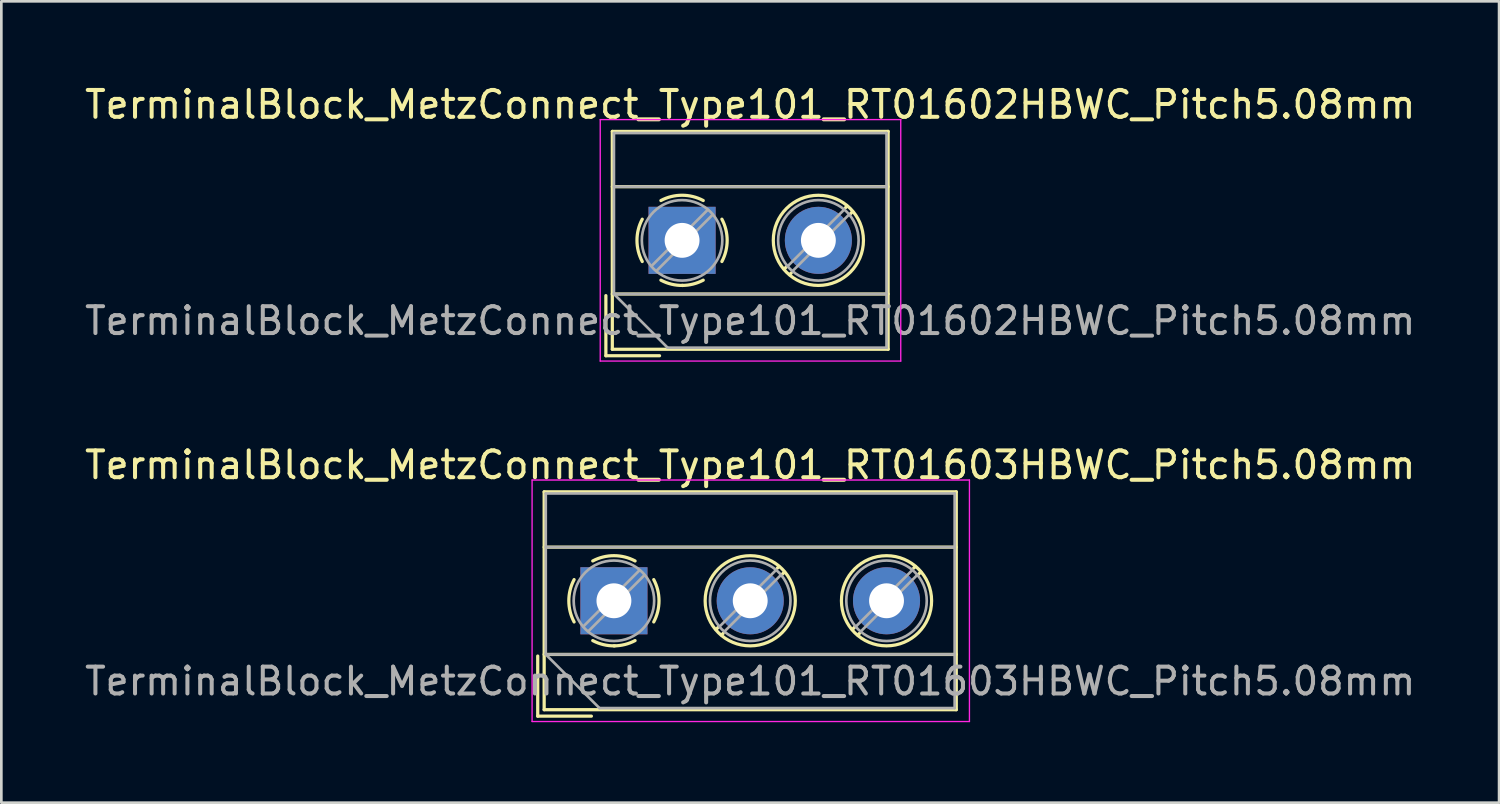
<source format=kicad_pcb>
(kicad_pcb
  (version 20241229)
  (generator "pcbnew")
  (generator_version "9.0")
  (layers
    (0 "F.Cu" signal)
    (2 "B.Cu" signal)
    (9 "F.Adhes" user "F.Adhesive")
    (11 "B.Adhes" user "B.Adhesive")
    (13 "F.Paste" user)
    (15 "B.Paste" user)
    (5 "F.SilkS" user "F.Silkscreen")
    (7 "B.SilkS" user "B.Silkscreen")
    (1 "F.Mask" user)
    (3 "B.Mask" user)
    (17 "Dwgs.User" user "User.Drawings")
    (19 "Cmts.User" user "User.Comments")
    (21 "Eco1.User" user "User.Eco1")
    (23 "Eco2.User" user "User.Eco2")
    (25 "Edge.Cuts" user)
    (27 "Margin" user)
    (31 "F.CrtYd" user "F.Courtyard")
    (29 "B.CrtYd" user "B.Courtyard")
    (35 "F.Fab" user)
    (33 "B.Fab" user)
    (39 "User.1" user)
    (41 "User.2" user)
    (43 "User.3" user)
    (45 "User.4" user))
  (footprint "TerminalBlock_MetzConnect_Type101_RT01603HBWC_Pitch5.08mm"
    (layer "F.Cu")
    (at 19.831 19.341)
    (property "Reference" "TerminalBlock_MetzConnect_Type101_RT01603HBWC_Pitch5.08mm" (at 5.08 -5.06 0) (layer "F.SilkS") (effects (font (size 1 1) (thickness 0.15))))
    (attr through_hole)
    (fp_line (start -2.84 2.06) (end -2.84 4.3) (stroke (width 0.12) (type solid)) (layer "F.SilkS"))
    (fp_line (start -2.84 4.3) (end -0.84 4.3) (stroke (width 0.12) (type solid)) (layer "F.SilkS"))
    (fp_line (start -2.6 -4.06) (end -2.6 4.06) (stroke (width 0.12) (type solid)) (layer "F.SilkS"))
    (fp_line (start -2.6 -2) (end 12.76 -2) (stroke (width 0.12) (type solid)) (layer "F.SilkS"))
    (fp_line (start -2.6 2) (end 12.76 2) (stroke (width 0.12) (type solid)) (layer "F.SilkS"))
    (fp_line (start -2.6 4.06) (end 12.76 4.06) (stroke (width 0.12) (type solid)) (layer "F.SilkS"))
    (fp_line (start 3.9 0.976) (end 3.806 1.069) (stroke (width 0.12) (type solid)) (layer "F.SilkS"))
    (fp_line (start 4.07 1.216) (end 4.011 1.274) (stroke (width 0.12) (type solid)) (layer "F.SilkS"))
    (fp_line (start 6.15 -1.275) (end 6.091 -1.216) (stroke (width 0.12) (type solid)) (layer "F.SilkS"))
    (fp_line (start 6.355 -1.069) (end 6.261 -0.976) (stroke (width 0.12) (type solid)) (layer "F.SilkS"))
    (fp_line (start 8.98 0.976) (end 8.886 1.069) (stroke (width 0.12) (type solid)) (layer "F.SilkS"))
    (fp_line (start 9.15 1.216) (end 9.091 1.274) (stroke (width 0.12) (type solid)) (layer "F.SilkS"))
    (fp_line (start 11.23 -1.275) (end 11.171 -1.216) (stroke (width 0.12) (type solid)) (layer "F.SilkS"))
    (fp_line (start 11.435 -1.069) (end 11.341 -0.976) (stroke (width 0.12) (type solid)) (layer "F.SilkS"))
    (fp_line (start 12.76 -4.06) (end -2.6 -4.06) (stroke (width 0.12) (type solid)) (layer "F.SilkS"))
    (fp_line (start 12.76 4.06) (end 12.76 -4.06) (stroke (width 0.12) (type solid)) (layer "F.SilkS"))
    (fp_arc (start -1.483953 0.789089) (mid -1.680708 0.00005) (end -1.484 -0.789) (stroke (width 0.12) (type solid)) (layer "F.SilkS"))
    (fp_arc (start -0.789089 -1.483953) (mid -0.00005 -1.680708) (end 0.789 -1.484) (stroke (width 0.12) (type solid)) (layer "F.SilkS"))
    (fp_arc (start 0.029383 1.68045) (mid -0.392304 1.634281) (end -0.789 1.484) (stroke (width 0.12) (type solid)) (layer "F.SilkS"))
    (fp_arc (start 0.788712 1.483352) (mid 0.406429 1.630097) (end 0 1.68) (stroke (width 0.12) (type solid)) (layer "F.SilkS"))
    (fp_arc (start 1.483953 -0.789089) (mid 1.680708 -0.00005) (end 1.484 0.789) (stroke (width 0.12) (type solid)) (layer "F.SilkS"))
    (fp_circle (center 5.08 0) (end 6.76 0) (stroke (width 0.12) (type solid)) (fill no) (layer "F.SilkS"))
    (fp_circle (center 10.16 0) (end 11.84 0) (stroke (width 0.12) (type solid)) (fill no) (layer "F.SilkS"))
    (fp_line (start -3.05 -4.5) (end -3.05 4.5) (stroke (width 0.05) (type solid)) (layer "F.CrtYd"))
    (fp_line (start -3.05 4.5) (end 13.25 4.5) (stroke (width 0.05) (type solid)) (layer "F.CrtYd"))
    (fp_line (start 13.25 -4.5) (end -3.05 -4.5) (stroke (width 0.05) (type solid)) (layer "F.CrtYd"))
    (fp_line (start 13.25 4.5) (end 13.25 -4.5) (stroke (width 0.05) (type solid)) (layer "F.CrtYd"))
    (fp_line (start -2.54 -4) (end 12.7 -4) (stroke (width 0.1) (type solid)) (layer "F.Fab"))
    (fp_line (start -2.54 -2) (end 12.7 -2) (stroke (width 0.1) (type solid)) (layer "F.Fab"))
    (fp_line (start -2.54 2) (end -2.54 -4) (stroke (width 0.1) (type solid)) (layer "F.Fab"))
    (fp_line (start -2.54 2) (end 12.7 2) (stroke (width 0.1) (type solid)) (layer "F.Fab"))
    (fp_line (start -0.54 4) (end -2.54 2) (stroke (width 0.1) (type solid)) (layer "F.Fab"))
    (fp_line (start 0.955 -1.138) (end -1.138 0.955) (stroke (width 0.1) (type solid)) (layer "F.Fab"))
    (fp_line (start 1.138 -0.955) (end -0.955 1.138) (stroke (width 0.1) (type solid)) (layer "F.Fab"))
    (fp_line (start 6.035 -1.138) (end 3.943 0.955) (stroke (width 0.1) (type solid)) (layer "F.Fab"))
    (fp_line (start 6.218 -0.955) (end 4.126 1.138) (stroke (width 0.1) (type solid)) (layer "F.Fab"))
    (fp_line (start 11.115 -1.138) (end 9.023 0.955) (stroke (width 0.1) (type solid)) (layer "F.Fab"))
    (fp_line (start 11.298 -0.955) (end 9.206 1.138) (stroke (width 0.1) (type solid)) (layer "F.Fab"))
    (fp_line (start 12.7 -4) (end 12.7 4) (stroke (width 0.1) (type solid)) (layer "F.Fab"))
    (fp_line (start 12.7 4) (end -0.54 4) (stroke (width 0.1) (type solid)) (layer "F.Fab"))
    (fp_circle (center 0 0) (end 1.5 0) (stroke (width 0.1) (type solid)) (fill no) (layer "F.Fab"))
    (fp_circle (center 5.08 0) (end 6.58 0) (stroke (width 0.1) (type solid)) (fill no) (layer "F.Fab"))
    (fp_circle (center 10.16 0) (end 11.66 0) (stroke (width 0.1) (type solid)) (fill no) (layer "F.Fab"))
    (fp_text user "${REFERENCE}" (at 5.08 3 0) (layer "F.Fab") (effects (font (size 1 1) (thickness 0.15))))
    (pad "1" thru_hole rect (at 0 0) (size 2.5 2.5) (drill 1.3) (layers "*.Cu" "*.Mask"))
    (pad "2" thru_hole circle (at 5.08 0) (size 2.5 2.5) (drill 1.3) (layers "*.Cu" "*.Mask"))
    (pad "3" thru_hole circle (at 10.16 0) (size 2.5 2.5) (drill 1.3) (layers "*.Cu" "*.Mask")))
  (footprint "TerminalBlock_MetzConnect_Type101_RT01602HBWC_Pitch5.08mm"
    (layer "F.Cu")
    (at 22.371 5.908)
    (property "Reference" "TerminalBlock_MetzConnect_Type101_RT01602HBWC_Pitch5.08mm" (at 2.54 -5.06 0) (layer "F.SilkS") (effects (font (size 1 1) (thickness 0.15))))
    (attr through_hole)
    (fp_line (start -2.84 2.06) (end -2.84 4.3) (stroke (width 0.12) (type solid)) (layer "F.SilkS"))
    (fp_line (start -2.84 4.3) (end -0.84 4.3) (stroke (width 0.12) (type solid)) (layer "F.SilkS"))
    (fp_line (start -2.6 -4.06) (end -2.6 4.06) (stroke (width 0.12) (type solid)) (layer "F.SilkS"))
    (fp_line (start -2.6 -2) (end 7.68 -2) (stroke (width 0.12) (type solid)) (layer "F.SilkS"))
    (fp_line (start -2.6 2) (end 7.68 2) (stroke (width 0.12) (type solid)) (layer "F.SilkS"))
    (fp_line (start -2.6 4.06) (end 7.68 4.06) (stroke (width 0.12) (type solid)) (layer "F.SilkS"))
    (fp_line (start 3.9 0.976) (end 3.806 1.069) (stroke (width 0.12) (type solid)) (layer "F.SilkS"))
    (fp_line (start 4.07 1.216) (end 4.011 1.274) (stroke (width 0.12) (type solid)) (layer "F.SilkS"))
    (fp_line (start 6.15 -1.275) (end 6.091 -1.216) (stroke (width 0.12) (type solid)) (layer "F.SilkS"))
    (fp_line (start 6.355 -1.069) (end 6.261 -0.976) (stroke (width 0.12) (type solid)) (layer "F.SilkS"))
    (fp_line (start 7.68 -4.06) (end -2.6 -4.06) (stroke (width 0.12) (type solid)) (layer "F.SilkS"))
    (fp_line (start 7.68 4.06) (end 7.68 -4.06) (stroke (width 0.12) (type solid)) (layer "F.SilkS"))
    (fp_arc (start -1.483953 0.789089) (mid -1.680708 0.00005) (end -1.484 -0.789) (stroke (width 0.12) (type solid)) (layer "F.SilkS"))
    (fp_arc (start -0.789089 -1.483953) (mid -0.00005 -1.680708) (end 0.789 -1.484) (stroke (width 0.12) (type solid)) (layer "F.SilkS"))
    (fp_arc (start 0.029383 1.68045) (mid -0.392304 1.634281) (end -0.789 1.484) (stroke (width 0.12) (type solid)) (layer "F.SilkS"))
    (fp_arc (start 0.788712 1.483352) (mid 0.406429 1.630097) (end 0 1.68) (stroke (width 0.12) (type solid)) (layer "F.SilkS"))
    (fp_arc (start 1.483953 -0.789089) (mid 1.680708 -0.00005) (end 1.484 0.789) (stroke (width 0.12) (type solid)) (layer "F.SilkS"))
    (fp_circle (center 5.08 0) (end 6.76 0) (stroke (width 0.12) (type solid)) (fill no) (layer "F.SilkS"))
    (fp_line (start -3.05 -4.5) (end -3.05 4.5) (stroke (width 0.05) (type solid)) (layer "F.CrtYd"))
    (fp_line (start -3.05 4.5) (end 8.15 4.5) (stroke (width 0.05) (type solid)) (layer "F.CrtYd"))
    (fp_line (start 8.15 -4.5) (end -3.05 -4.5) (stroke (width 0.05) (type solid)) (layer "F.CrtYd"))
    (fp_line (start 8.15 4.5) (end 8.15 -4.5) (stroke (width 0.05) (type solid)) (layer "F.CrtYd"))
    (fp_line (start -2.54 -4) (end 7.62 -4) (stroke (width 0.1) (type solid)) (layer "F.Fab"))
    (fp_line (start -2.54 -2) (end 7.62 -2) (stroke (width 0.1) (type solid)) (layer "F.Fab"))
    (fp_line (start -2.54 2) (end -2.54 -4) (stroke (width 0.1) (type solid)) (layer "F.Fab"))
    (fp_line (start -2.54 2) (end 7.62 2) (stroke (width 0.1) (type solid)) (layer "F.Fab"))
    (fp_line (start -0.54 4) (end -2.54 2) (stroke (width 0.1) (type solid)) (layer "F.Fab"))
    (fp_line (start 0.955 -1.138) (end -1.138 0.955) (stroke (width 0.1) (type solid)) (layer "F.Fab"))
    (fp_line (start 1.138 -0.955) (end -0.955 1.138) (stroke (width 0.1) (type solid)) (layer "F.Fab"))
    (fp_line (start 6.035 -1.138) (end 3.943 0.955) (stroke (width 0.1) (type solid)) (layer "F.Fab"))
    (fp_line (start 6.218 -0.955) (end 4.126 1.138) (stroke (width 0.1) (type solid)) (layer "F.Fab"))
    (fp_line (start 7.62 -4) (end 7.62 4) (stroke (width 0.1) (type solid)) (layer "F.Fab"))
    (fp_line (start 7.62 4) (end -0.54 4) (stroke (width 0.1) (type solid)) (layer "F.Fab"))
    (fp_circle (center 0 0) (end 1.5 0) (stroke (width 0.1) (type solid)) (fill no) (layer "F.Fab"))
    (fp_circle (center 5.08 0) (end 6.58 0) (stroke (width 0.1) (type solid)) (fill no) (layer "F.Fab"))
    (fp_text user "${REFERENCE}" (at 2.54 3 0) (layer "F.Fab") (effects (font (size 1 1) (thickness 0.15))))
    (pad "1" thru_hole rect (at 0 0) (size 2.5 2.5) (drill 1.3) (layers "*.Cu" "*.Mask"))
    (pad "2" thru_hole circle (at 5.08 0) (size 2.5 2.5) (drill 1.3) (layers "*.Cu" "*.Mask")))
  (gr_rect
    (start -3 -3)
    (end 52.821 26.866)
    (stroke (width 0.1) (type default))
    (fill no)
    (layer "Edge.Cuts")))
</source>
